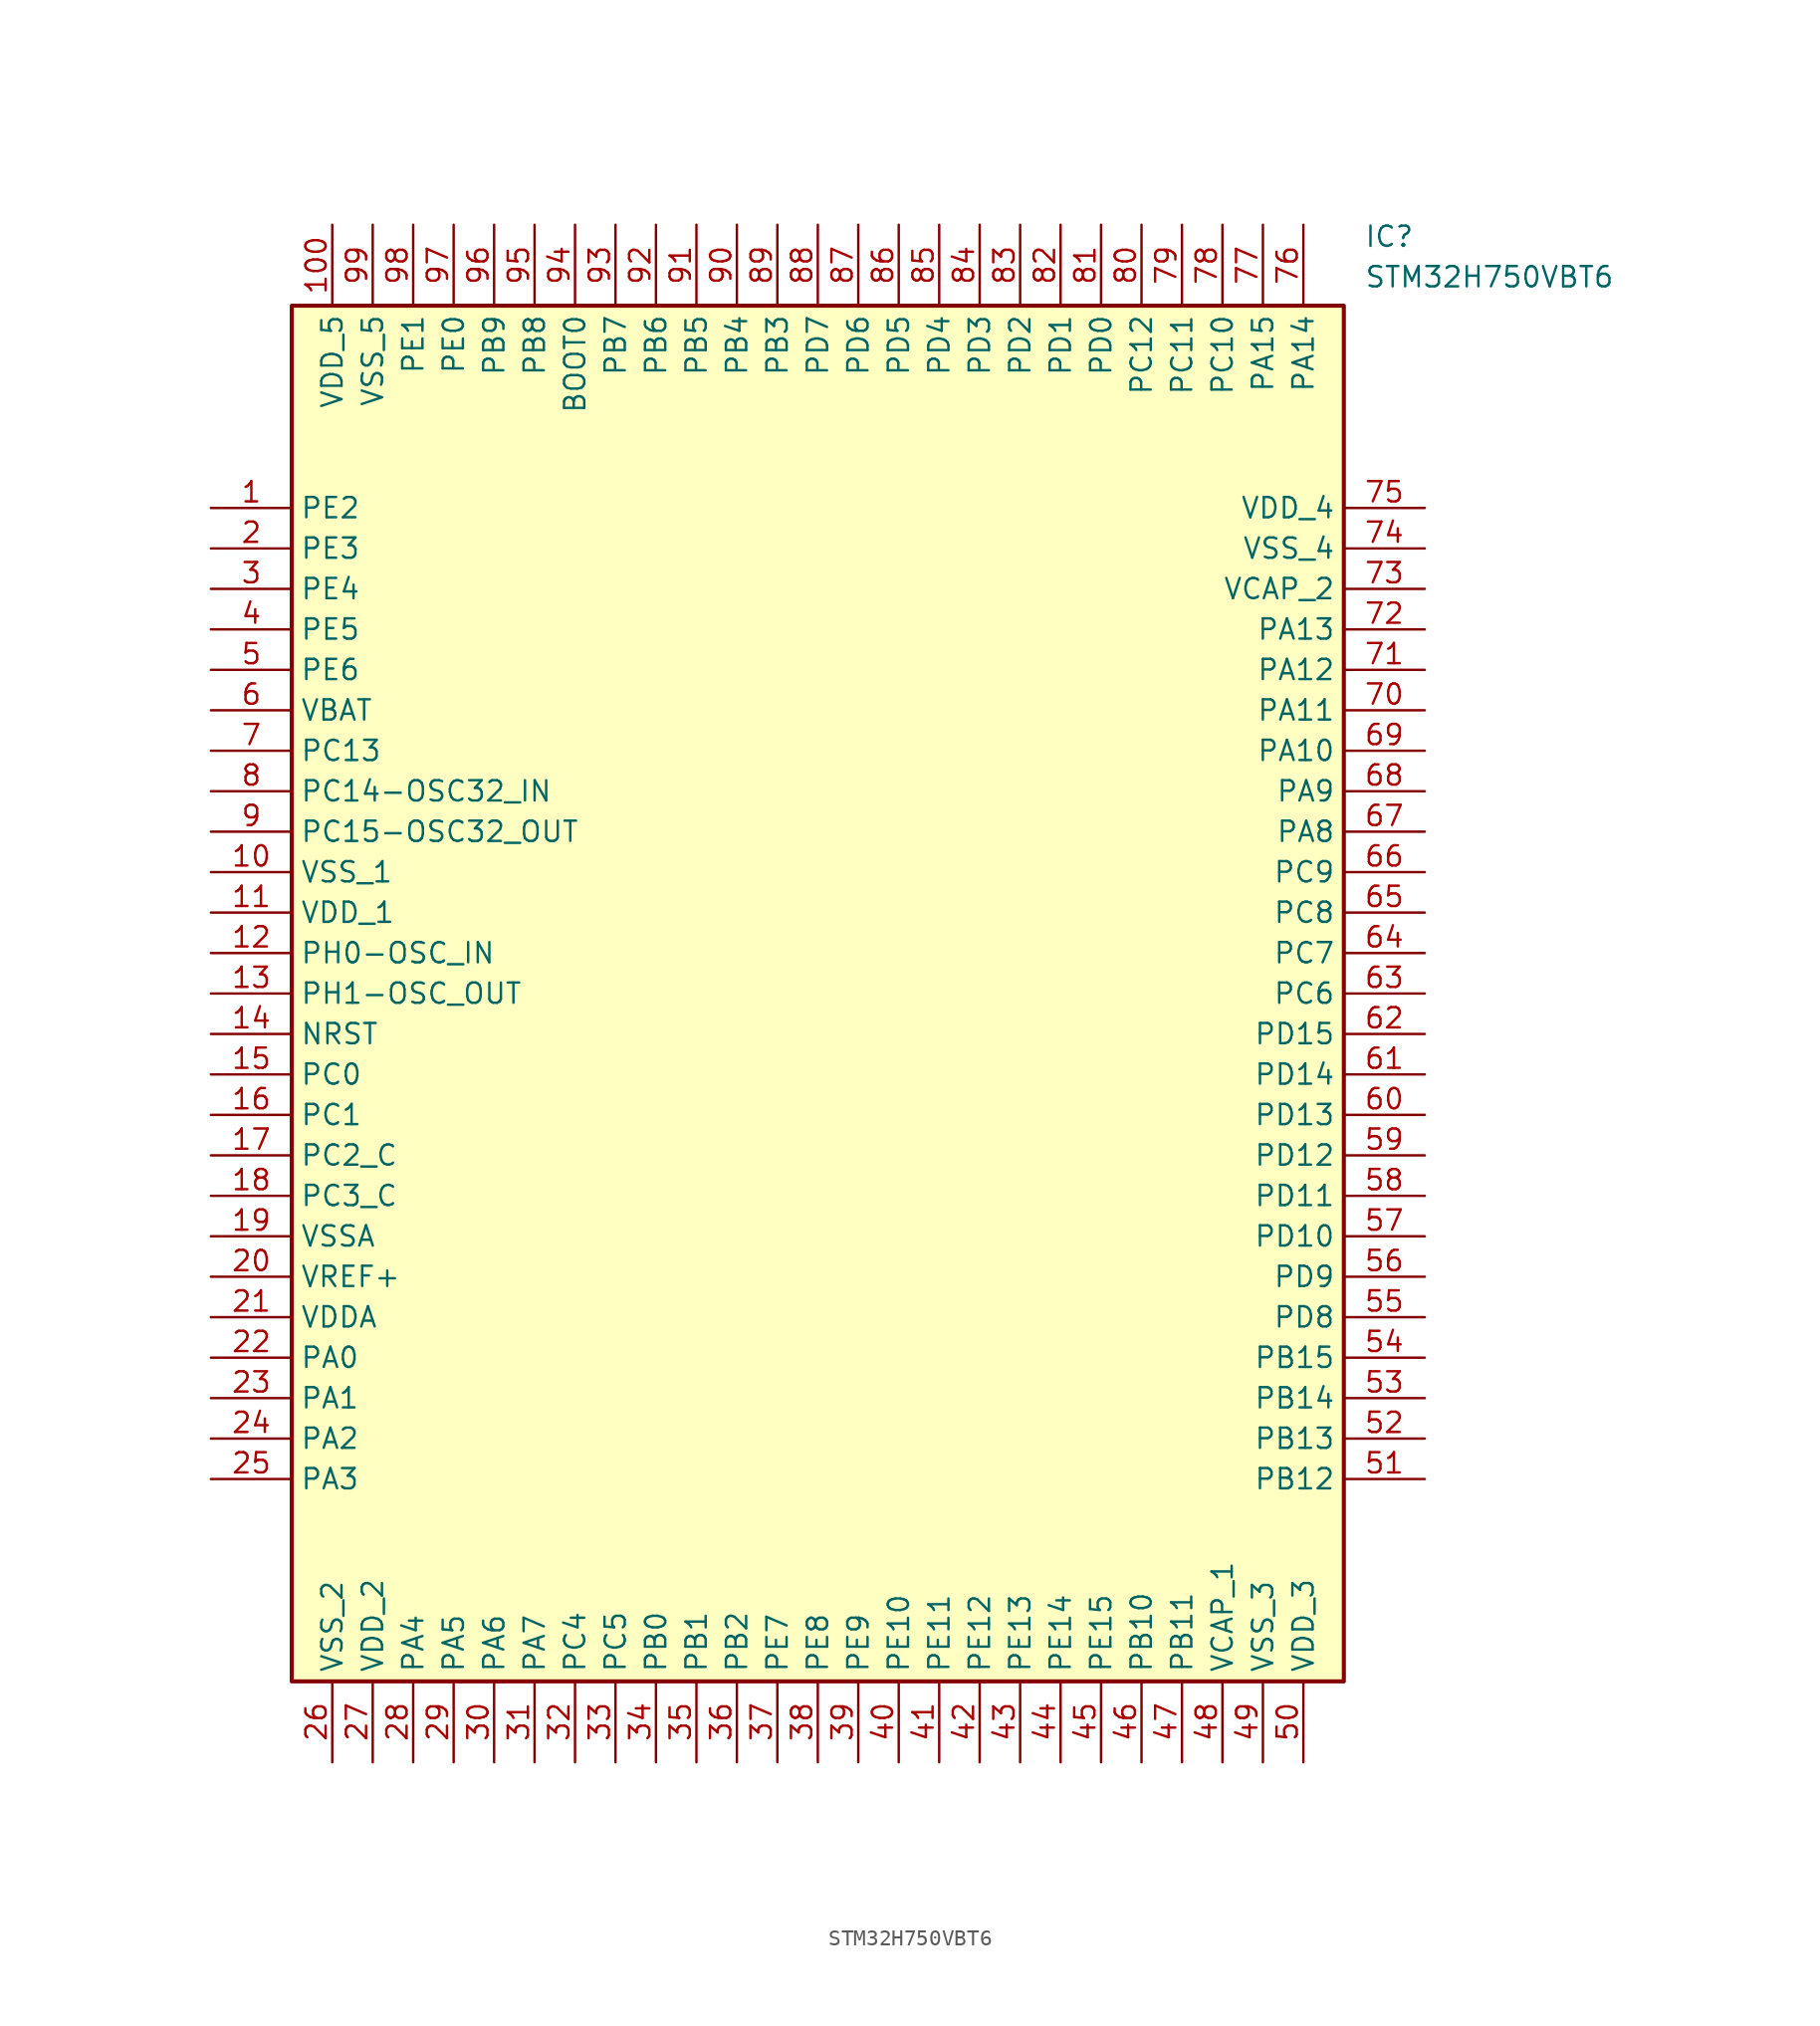
<source format=kicad_sym>
(kicad_symbol_lib
  (version 20211014)
  (generator SamacSys_ECAD_Model)
  (symbol "STM32H750VBT6"
    (property "Reference" "IC"
      (at 72.39 17.78 0)
      (effects (font (size 1.27 1.27)) (justify left top)))
    (property "Value" "STM32H750VBT6"
      (at 72.39 15.24 0)
      (effects (font (size 1.27 1.27)) (justify left top)))
    (rectangle
      (start 5.08 12.7)
      (end 71.12 -73.66)
      (stroke (width 0.254) (type default))
      (fill (type background)))
    (pin passive line
      (at 0 0 0)
      (length 5.08)
      (name "PE2" (effects (font (size 1.27 1.27))))
      (number "1" (effects (font (size 1.27 1.27)))))
    (pin passive line
      (at 0 -2.54 0)
      (length 5.08)
      (name "PE3" (effects (font (size 1.27 1.27))))
      (number "2" (effects (font (size 1.27 1.27)))))
    (pin passive line
      (at 0 -5.08 0)
      (length 5.08)
      (name "PE4" (effects (font (size 1.27 1.27))))
      (number "3" (effects (font (size 1.27 1.27)))))
    (pin passive line
      (at 0 -7.62 0)
      (length 5.08)
      (name "PE5" (effects (font (size 1.27 1.27))))
      (number "4" (effects (font (size 1.27 1.27)))))
    (pin passive line
      (at 0 -10.16 0)
      (length 5.08)
      (name "PE6" (effects (font (size 1.27 1.27))))
      (number "5" (effects (font (size 1.27 1.27)))))
    (pin passive line
      (at 0 -12.7 0)
      (length 5.08)
      (name "VBAT" (effects (font (size 1.27 1.27))))
      (number "6" (effects (font (size 1.27 1.27)))))
    (pin passive line
      (at 0 -15.24 0)
      (length 5.08)
      (name "PC13" (effects (font (size 1.27 1.27))))
      (number "7" (effects (font (size 1.27 1.27)))))
    (pin passive line
      (at 0 -17.78 0)
      (length 5.08)
      (name "PC14-OSC32_IN" (effects (font (size 1.27 1.27))))
      (number "8" (effects (font (size 1.27 1.27)))))
    (pin passive line
      (at 0 -20.32 0)
      (length 5.08)
      (name "PC15-OSC32_OUT" (effects (font (size 1.27 1.27))))
      (number "9" (effects (font (size 1.27 1.27)))))
    (pin passive line
      (at 0 -22.86 0)
      (length 5.08)
      (name "VSS_1" (effects (font (size 1.27 1.27))))
      (number "10" (effects (font (size 1.27 1.27)))))
    (pin passive line
      (at 0 -25.4 0)
      (length 5.08)
      (name "VDD_1" (effects (font (size 1.27 1.27))))
      (number "11" (effects (font (size 1.27 1.27)))))
    (pin passive line
      (at 0 -27.94 0)
      (length 5.08)
      (name "PH0-OSC_IN" (effects (font (size 1.27 1.27))))
      (number "12" (effects (font (size 1.27 1.27)))))
    (pin passive line
      (at 0 -30.48 0)
      (length 5.08)
      (name "PH1-OSC_OUT" (effects (font (size 1.27 1.27))))
      (number "13" (effects (font (size 1.27 1.27)))))
    (pin passive line
      (at 0 -33.02 0)
      (length 5.08)
      (name "NRST" (effects (font (size 1.27 1.27))))
      (number "14" (effects (font (size 1.27 1.27)))))
    (pin passive line
      (at 0 -35.56 0)
      (length 5.08)
      (name "PC0" (effects (font (size 1.27 1.27))))
      (number "15" (effects (font (size 1.27 1.27)))))
    (pin passive line
      (at 0 -38.1 0)
      (length 5.08)
      (name "PC1" (effects (font (size 1.27 1.27))))
      (number "16" (effects (font (size 1.27 1.27)))))
    (pin passive line
      (at 0 -40.64 0)
      (length 5.08)
      (name "PC2_C" (effects (font (size 1.27 1.27))))
      (number "17" (effects (font (size 1.27 1.27)))))
    (pin passive line
      (at 0 -43.18 0)
      (length 5.08)
      (name "PC3_C" (effects (font (size 1.27 1.27))))
      (number "18" (effects (font (size 1.27 1.27)))))
    (pin passive line
      (at 0 -45.72 0)
      (length 5.08)
      (name "VSSA" (effects (font (size 1.27 1.27))))
      (number "19" (effects (font (size 1.27 1.27)))))
    (pin passive line
      (at 0 -48.26 0)
      (length 5.08)
      (name "VREF+" (effects (font (size 1.27 1.27))))
      (number "20" (effects (font (size 1.27 1.27)))))
    (pin passive line
      (at 0 -50.8 0)
      (length 5.08)
      (name "VDDA" (effects (font (size 1.27 1.27))))
      (number "21" (effects (font (size 1.27 1.27)))))
    (pin passive line
      (at 0 -53.34 0)
      (length 5.08)
      (name "PA0" (effects (font (size 1.27 1.27))))
      (number "22" (effects (font (size 1.27 1.27)))))
    (pin passive line
      (at 0 -55.88 0)
      (length 5.08)
      (name "PA1" (effects (font (size 1.27 1.27))))
      (number "23" (effects (font (size 1.27 1.27)))))
    (pin passive line
      (at 0 -58.42 0)
      (length 5.08)
      (name "PA2" (effects (font (size 1.27 1.27))))
      (number "24" (effects (font (size 1.27 1.27)))))
    (pin passive line
      (at 0 -60.96 0)
      (length 5.08)
      (name "PA3" (effects (font (size 1.27 1.27))))
      (number "25" (effects (font (size 1.27 1.27)))))
    (pin passive line
      (at 7.62 -78.74 90)
      (length 5.08)
      (name "VSS_2" (effects (font (size 1.27 1.27))))
      (number "26" (effects (font (size 1.27 1.27)))))
    (pin passive line
      (at 10.16 -78.74 90)
      (length 5.08)
      (name "VDD_2" (effects (font (size 1.27 1.27))))
      (number "27" (effects (font (size 1.27 1.27)))))
    (pin passive line
      (at 12.7 -78.74 90)
      (length 5.08)
      (name "PA4" (effects (font (size 1.27 1.27))))
      (number "28" (effects (font (size 1.27 1.27)))))
    (pin passive line
      (at 15.24 -78.74 90)
      (length 5.08)
      (name "PA5" (effects (font (size 1.27 1.27))))
      (number "29" (effects (font (size 1.27 1.27)))))
    (pin passive line
      (at 17.78 -78.74 90)
      (length 5.08)
      (name "PA6" (effects (font (size 1.27 1.27))))
      (number "30" (effects (font (size 1.27 1.27)))))
    (pin passive line
      (at 20.32 -78.74 90)
      (length 5.08)
      (name "PA7" (effects (font (size 1.27 1.27))))
      (number "31" (effects (font (size 1.27 1.27)))))
    (pin passive line
      (at 22.86 -78.74 90)
      (length 5.08)
      (name "PC4" (effects (font (size 1.27 1.27))))
      (number "32" (effects (font (size 1.27 1.27)))))
    (pin passive line
      (at 25.4 -78.74 90)
      (length 5.08)
      (name "PC5" (effects (font (size 1.27 1.27))))
      (number "33" (effects (font (size 1.27 1.27)))))
    (pin passive line
      (at 27.94 -78.74 90)
      (length 5.08)
      (name "PB0" (effects (font (size 1.27 1.27))))
      (number "34" (effects (font (size 1.27 1.27)))))
    (pin passive line
      (at 30.48 -78.74 90)
      (length 5.08)
      (name "PB1" (effects (font (size 1.27 1.27))))
      (number "35" (effects (font (size 1.27 1.27)))))
    (pin passive line
      (at 33.02 -78.74 90)
      (length 5.08)
      (name "PB2" (effects (font (size 1.27 1.27))))
      (number "36" (effects (font (size 1.27 1.27)))))
    (pin passive line
      (at 35.56 -78.74 90)
      (length 5.08)
      (name "PE7" (effects (font (size 1.27 1.27))))
      (number "37" (effects (font (size 1.27 1.27)))))
    (pin passive line
      (at 38.1 -78.74 90)
      (length 5.08)
      (name "PE8" (effects (font (size 1.27 1.27))))
      (number "38" (effects (font (size 1.27 1.27)))))
    (pin passive line
      (at 40.64 -78.74 90)
      (length 5.08)
      (name "PE9" (effects (font (size 1.27 1.27))))
      (number "39" (effects (font (size 1.27 1.27)))))
    (pin passive line
      (at 43.18 -78.74 90)
      (length 5.08)
      (name "PE10" (effects (font (size 1.27 1.27))))
      (number "40" (effects (font (size 1.27 1.27)))))
    (pin passive line
      (at 45.72 -78.74 90)
      (length 5.08)
      (name "PE11" (effects (font (size 1.27 1.27))))
      (number "41" (effects (font (size 1.27 1.27)))))
    (pin passive line
      (at 48.26 -78.74 90)
      (length 5.08)
      (name "PE12" (effects (font (size 1.27 1.27))))
      (number "42" (effects (font (size 1.27 1.27)))))
    (pin passive line
      (at 50.8 -78.74 90)
      (length 5.08)
      (name "PE13" (effects (font (size 1.27 1.27))))
      (number "43" (effects (font (size 1.27 1.27)))))
    (pin passive line
      (at 53.34 -78.74 90)
      (length 5.08)
      (name "PE14" (effects (font (size 1.27 1.27))))
      (number "44" (effects (font (size 1.27 1.27)))))
    (pin passive line
      (at 55.88 -78.74 90)
      (length 5.08)
      (name "PE15" (effects (font (size 1.27 1.27))))
      (number "45" (effects (font (size 1.27 1.27)))))
    (pin passive line
      (at 58.42 -78.74 90)
      (length 5.08)
      (name "PB10" (effects (font (size 1.27 1.27))))
      (number "46" (effects (font (size 1.27 1.27)))))
    (pin passive line
      (at 60.96 -78.74 90)
      (length 5.08)
      (name "PB11" (effects (font (size 1.27 1.27))))
      (number "47" (effects (font (size 1.27 1.27)))))
    (pin passive line
      (at 63.5 -78.74 90)
      (length 5.08)
      (name "VCAP_1" (effects (font (size 1.27 1.27))))
      (number "48" (effects (font (size 1.27 1.27)))))
    (pin passive line
      (at 66.04 -78.74 90)
      (length 5.08)
      (name "VSS_3" (effects (font (size 1.27 1.27))))
      (number "49" (effects (font (size 1.27 1.27)))))
    (pin passive line
      (at 68.58 -78.74 90)
      (length 5.08)
      (name "VDD_3" (effects (font (size 1.27 1.27))))
      (number "50" (effects (font (size 1.27 1.27)))))
    (pin passive line
      (at 76.2 0 180)
      (length 5.08)
      (name "VDD_4" (effects (font (size 1.27 1.27))))
      (number "75" (effects (font (size 1.27 1.27)))))
    (pin passive line
      (at 76.2 -2.54 180)
      (length 5.08)
      (name "VSS_4" (effects (font (size 1.27 1.27))))
      (number "74" (effects (font (size 1.27 1.27)))))
    (pin passive line
      (at 76.2 -5.08 180)
      (length 5.08)
      (name "VCAP_2" (effects (font (size 1.27 1.27))))
      (number "73" (effects (font (size 1.27 1.27)))))
    (pin passive line
      (at 76.2 -7.62 180)
      (length 5.08)
      (name "PA13" (effects (font (size 1.27 1.27))))
      (number "72" (effects (font (size 1.27 1.27)))))
    (pin passive line
      (at 76.2 -10.16 180)
      (length 5.08)
      (name "PA12" (effects (font (size 1.27 1.27))))
      (number "71" (effects (font (size 1.27 1.27)))))
    (pin passive line
      (at 76.2 -12.7 180)
      (length 5.08)
      (name "PA11" (effects (font (size 1.27 1.27))))
      (number "70" (effects (font (size 1.27 1.27)))))
    (pin passive line
      (at 76.2 -15.24 180)
      (length 5.08)
      (name "PA10" (effects (font (size 1.27 1.27))))
      (number "69" (effects (font (size 1.27 1.27)))))
    (pin passive line
      (at 76.2 -17.78 180)
      (length 5.08)
      (name "PA9" (effects (font (size 1.27 1.27))))
      (number "68" (effects (font (size 1.27 1.27)))))
    (pin passive line
      (at 76.2 -20.32 180)
      (length 5.08)
      (name "PA8" (effects (font (size 1.27 1.27))))
      (number "67" (effects (font (size 1.27 1.27)))))
    (pin passive line
      (at 76.2 -22.86 180)
      (length 5.08)
      (name "PC9" (effects (font (size 1.27 1.27))))
      (number "66" (effects (font (size 1.27 1.27)))))
    (pin passive line
      (at 76.2 -25.4 180)
      (length 5.08)
      (name "PC8" (effects (font (size 1.27 1.27))))
      (number "65" (effects (font (size 1.27 1.27)))))
    (pin passive line
      (at 76.2 -27.94 180)
      (length 5.08)
      (name "PC7" (effects (font (size 1.27 1.27))))
      (number "64" (effects (font (size 1.27 1.27)))))
    (pin passive line
      (at 76.2 -30.48 180)
      (length 5.08)
      (name "PC6" (effects (font (size 1.27 1.27))))
      (number "63" (effects (font (size 1.27 1.27)))))
    (pin passive line
      (at 76.2 -33.02 180)
      (length 5.08)
      (name "PD15" (effects (font (size 1.27 1.27))))
      (number "62" (effects (font (size 1.27 1.27)))))
    (pin passive line
      (at 76.2 -35.56 180)
      (length 5.08)
      (name "PD14" (effects (font (size 1.27 1.27))))
      (number "61" (effects (font (size 1.27 1.27)))))
    (pin passive line
      (at 76.2 -38.1 180)
      (length 5.08)
      (name "PD13" (effects (font (size 1.27 1.27))))
      (number "60" (effects (font (size 1.27 1.27)))))
    (pin passive line
      (at 76.2 -40.64 180)
      (length 5.08)
      (name "PD12" (effects (font (size 1.27 1.27))))
      (number "59" (effects (font (size 1.27 1.27)))))
    (pin passive line
      (at 76.2 -43.18 180)
      (length 5.08)
      (name "PD11" (effects (font (size 1.27 1.27))))
      (number "58" (effects (font (size 1.27 1.27)))))
    (pin passive line
      (at 76.2 -45.72 180)
      (length 5.08)
      (name "PD10" (effects (font (size 1.27 1.27))))
      (number "57" (effects (font (size 1.27 1.27)))))
    (pin passive line
      (at 76.2 -48.26 180)
      (length 5.08)
      (name "PD9" (effects (font (size 1.27 1.27))))
      (number "56" (effects (font (size 1.27 1.27)))))
    (pin passive line
      (at 76.2 -50.8 180)
      (length 5.08)
      (name "PD8" (effects (font (size 1.27 1.27))))
      (number "55" (effects (font (size 1.27 1.27)))))
    (pin passive line
      (at 76.2 -53.34 180)
      (length 5.08)
      (name "PB15" (effects (font (size 1.27 1.27))))
      (number "54" (effects (font (size 1.27 1.27)))))
    (pin passive line
      (at 76.2 -55.88 180)
      (length 5.08)
      (name "PB14" (effects (font (size 1.27 1.27))))
      (number "53" (effects (font (size 1.27 1.27)))))
    (pin passive line
      (at 76.2 -58.42 180)
      (length 5.08)
      (name "PB13" (effects (font (size 1.27 1.27))))
      (number "52" (effects (font (size 1.27 1.27)))))
    (pin passive line
      (at 76.2 -60.96 180)
      (length 5.08)
      (name "PB12" (effects (font (size 1.27 1.27))))
      (number "51" (effects (font (size 1.27 1.27)))))
    (pin passive line
      (at 7.62 17.78 270)
      (length 5.08)
      (name "VDD_5" (effects (font (size 1.27 1.27))))
      (number "100" (effects (font (size 1.27 1.27)))))
    (pin passive line
      (at 10.16 17.78 270)
      (length 5.08)
      (name "VSS_5" (effects (font (size 1.27 1.27))))
      (number "99" (effects (font (size 1.27 1.27)))))
    (pin passive line
      (at 12.7 17.78 270)
      (length 5.08)
      (name "PE1" (effects (font (size 1.27 1.27))))
      (number "98" (effects (font (size 1.27 1.27)))))
    (pin passive line
      (at 15.24 17.78 270)
      (length 5.08)
      (name "PE0" (effects (font (size 1.27 1.27))))
      (number "97" (effects (font (size 1.27 1.27)))))
    (pin passive line
      (at 17.78 17.78 270)
      (length 5.08)
      (name "PB9" (effects (font (size 1.27 1.27))))
      (number "96" (effects (font (size 1.27 1.27)))))
    (pin passive line
      (at 20.32 17.78 270)
      (length 5.08)
      (name "PB8" (effects (font (size 1.27 1.27))))
      (number "95" (effects (font (size 1.27 1.27)))))
    (pin passive line
      (at 22.86 17.78 270)
      (length 5.08)
      (name "BOOT0" (effects (font (size 1.27 1.27))))
      (number "94" (effects (font (size 1.27 1.27)))))
    (pin passive line
      (at 25.4 17.78 270)
      (length 5.08)
      (name "PB7" (effects (font (size 1.27 1.27))))
      (number "93" (effects (font (size 1.27 1.27)))))
    (pin passive line
      (at 27.94 17.78 270)
      (length 5.08)
      (name "PB6" (effects (font (size 1.27 1.27))))
      (number "92" (effects (font (size 1.27 1.27)))))
    (pin passive line
      (at 30.48 17.78 270)
      (length 5.08)
      (name "PB5" (effects (font (size 1.27 1.27))))
      (number "91" (effects (font (size 1.27 1.27)))))
    (pin passive line
      (at 33.02 17.78 270)
      (length 5.08)
      (name "PB4" (effects (font (size 1.27 1.27))))
      (number "90" (effects (font (size 1.27 1.27)))))
    (pin passive line
      (at 35.56 17.78 270)
      (length 5.08)
      (name "PB3" (effects (font (size 1.27 1.27))))
      (number "89" (effects (font (size 1.27 1.27)))))
    (pin passive line
      (at 38.1 17.78 270)
      (length 5.08)
      (name "PD7" (effects (font (size 1.27 1.27))))
      (number "88" (effects (font (size 1.27 1.27)))))
    (pin passive line
      (at 40.64 17.78 270)
      (length 5.08)
      (name "PD6" (effects (font (size 1.27 1.27))))
      (number "87" (effects (font (size 1.27 1.27)))))
    (pin passive line
      (at 43.18 17.78 270)
      (length 5.08)
      (name "PD5" (effects (font (size 1.27 1.27))))
      (number "86" (effects (font (size 1.27 1.27)))))
    (pin passive line
      (at 45.72 17.78 270)
      (length 5.08)
      (name "PD4" (effects (font (size 1.27 1.27))))
      (number "85" (effects (font (size 1.27 1.27)))))
    (pin passive line
      (at 48.26 17.78 270)
      (length 5.08)
      (name "PD3" (effects (font (size 1.27 1.27))))
      (number "84" (effects (font (size 1.27 1.27)))))
    (pin passive line
      (at 50.8 17.78 270)
      (length 5.08)
      (name "PD2" (effects (font (size 1.27 1.27))))
      (number "83" (effects (font (size 1.27 1.27)))))
    (pin passive line
      (at 53.34 17.78 270)
      (length 5.08)
      (name "PD1" (effects (font (size 1.27 1.27))))
      (number "82" (effects (font (size 1.27 1.27)))))
    (pin passive line
      (at 55.88 17.78 270)
      (length 5.08)
      (name "PD0" (effects (font (size 1.27 1.27))))
      (number "81" (effects (font (size 1.27 1.27)))))
    (pin passive line
      (at 58.42 17.78 270)
      (length 5.08)
      (name "PC12" (effects (font (size 1.27 1.27))))
      (number "80" (effects (font (size 1.27 1.27)))))
    (pin passive line
      (at 60.96 17.78 270)
      (length 5.08)
      (name "PC11" (effects (font (size 1.27 1.27))))
      (number "79" (effects (font (size 1.27 1.27)))))
    (pin passive line
      (at 63.5 17.78 270)
      (length 5.08)
      (name "PC10" (effects (font (size 1.27 1.27))))
      (number "78" (effects (font (size 1.27 1.27)))))
    (pin passive line
      (at 66.04 17.78 270)
      (length 5.08)
      (name "PA15" (effects (font (size 1.27 1.27))))
      (number "77" (effects (font (size 1.27 1.27)))))
    (pin passive line
      (at 68.58 17.78 270)
      (length 5.08)
      (name "PA14" (effects (font (size 1.27 1.27))))
      (number "76" (effects (font (size 1.27 1.27)))))))
</source>
